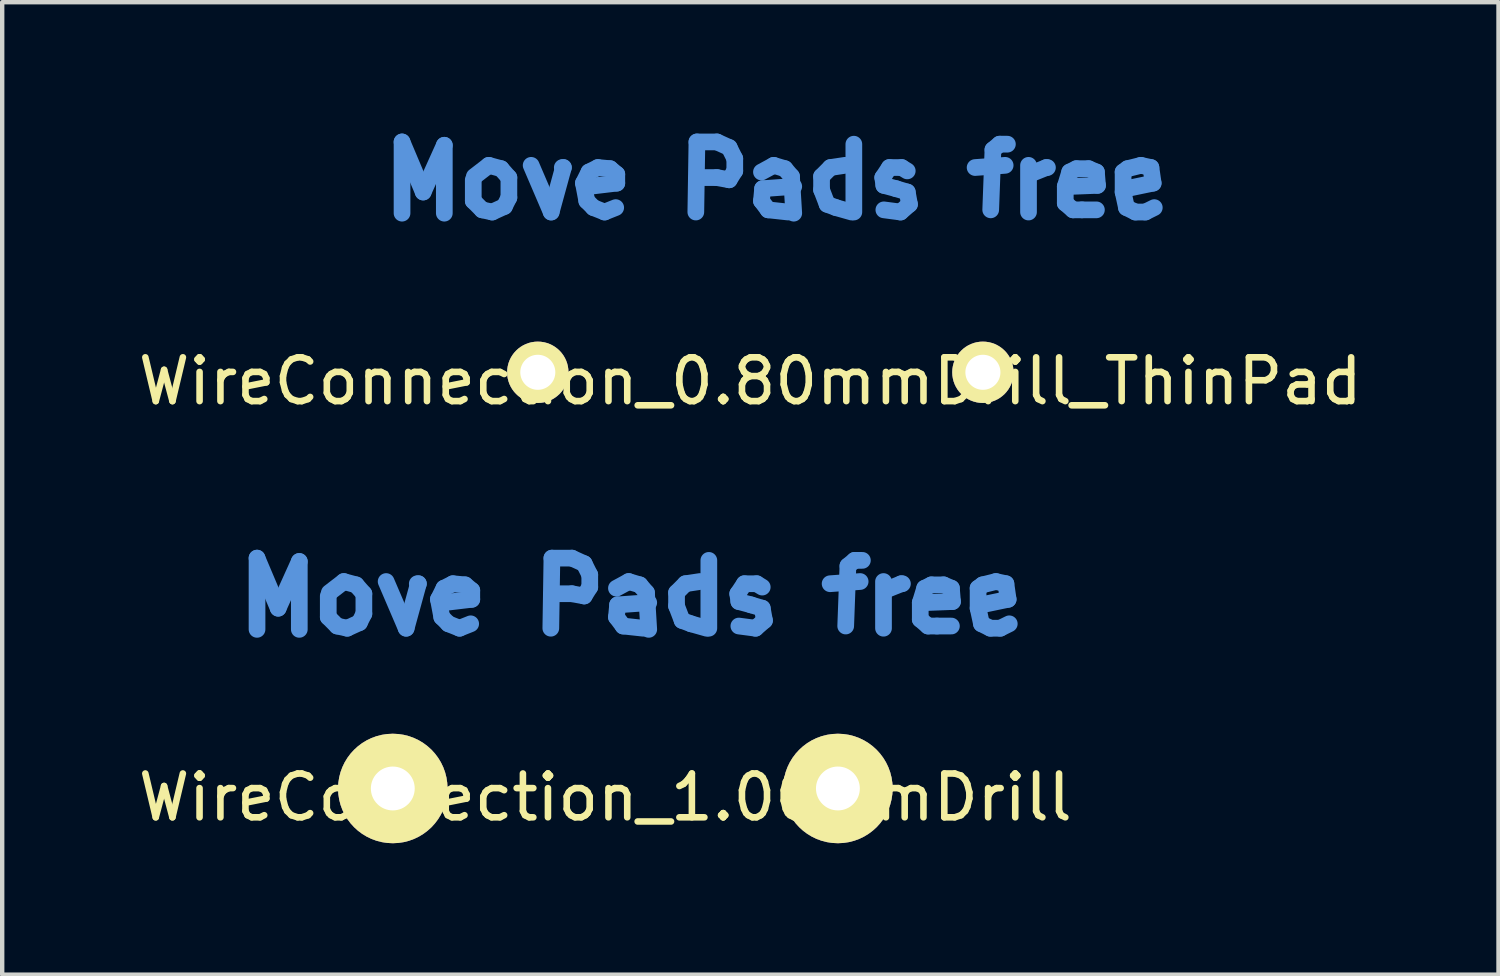
<source format=kicad_pcb>
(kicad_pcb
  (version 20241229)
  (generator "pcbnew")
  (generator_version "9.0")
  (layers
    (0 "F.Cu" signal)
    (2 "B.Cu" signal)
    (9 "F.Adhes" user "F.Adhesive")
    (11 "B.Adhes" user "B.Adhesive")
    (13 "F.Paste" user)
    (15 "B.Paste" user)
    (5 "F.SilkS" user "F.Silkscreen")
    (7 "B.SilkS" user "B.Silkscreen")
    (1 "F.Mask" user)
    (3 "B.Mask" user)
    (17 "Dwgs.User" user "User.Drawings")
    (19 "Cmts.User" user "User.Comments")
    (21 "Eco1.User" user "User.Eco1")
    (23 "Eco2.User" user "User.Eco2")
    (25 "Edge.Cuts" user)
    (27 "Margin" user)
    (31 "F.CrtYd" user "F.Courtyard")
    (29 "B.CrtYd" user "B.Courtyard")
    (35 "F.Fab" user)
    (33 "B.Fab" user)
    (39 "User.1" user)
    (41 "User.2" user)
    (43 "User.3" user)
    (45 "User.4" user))
  (footprint "WireConnection_1.00mmDrill"
    (layer "F.Cu")
    (at 5.916 14.948)
    (property "Reference" "WireConnection_1.00mmDrill" (at 4.851 0.203 0) (layer "F.SilkS") (effects (font (size 1 1) (thickness 0.15))))
    (attr through_hole)
    (fp_line (start -3.099 -5.258) (end -2.616 -4.115) (stroke (width 0.381) (type solid)) (layer "Cmts.User"))
    (fp_line (start -3.099 -3.632) (end -3.099 -5.258) (stroke (width 0.381) (type solid)) (layer "Cmts.User"))
    (fp_line (start -2.616 -4.115) (end -2.134 -5.182) (stroke (width 0.381) (type solid)) (layer "Cmts.User"))
    (fp_line (start -2.134 -5.182) (end -2.134 -3.632) (stroke (width 0.381) (type solid)) (layer "Cmts.User"))
    (fp_line (start -1.473 -4.394) (end -1.473 -3.912) (stroke (width 0.381) (type solid)) (layer "Cmts.User"))
    (fp_line (start -1.473 -3.912) (end -1.27 -3.708) (stroke (width 0.381) (type solid)) (layer "Cmts.User"))
    (fp_line (start -1.27 -3.708) (end -1.041 -3.658) (stroke (width 0.381) (type solid)) (layer "Cmts.User"))
    (fp_line (start -1.118 -4.724) (end -1.448 -4.47) (stroke (width 0.381) (type solid)) (layer "Cmts.User"))
    (fp_line (start -1.041 -3.658) (end -0.762 -3.785) (stroke (width 0.381) (type solid)) (layer "Cmts.User"))
    (fp_line (start -0.838 -4.648) (end -1.118 -4.724) (stroke (width 0.381) (type solid)) (layer "Cmts.User"))
    (fp_line (start -0.762 -3.785) (end -0.66 -3.988) (stroke (width 0.381) (type solid)) (layer "Cmts.User"))
    (fp_line (start -0.66 -4.445) (end -0.838 -4.648) (stroke (width 0.381) (type solid)) (layer "Cmts.User"))
    (fp_line (start -0.66 -3.988) (end -0.66 -4.445) (stroke (width 0.381) (type solid)) (layer "Cmts.User"))
    (fp_line (start -0.152 -4.724) (end 0.305 -3.658) (stroke (width 0.381) (type solid)) (layer "Cmts.User"))
    (fp_line (start 0.305 -3.658) (end 0.584 -4.674) (stroke (width 0.381) (type solid)) (layer "Cmts.User"))
    (fp_line (start 0.584 -4.674) (end 0.559 -4.674) (stroke (width 0.381) (type solid)) (layer "Cmts.User"))
    (fp_line (start 1.041 -4.318) (end 1.168 -4.572) (stroke (width 0.381) (type solid)) (layer "Cmts.User"))
    (fp_line (start 1.118 -3.912) (end 1.041 -4.318) (stroke (width 0.381) (type solid)) (layer "Cmts.User"))
    (fp_line (start 1.168 -4.572) (end 1.372 -4.674) (stroke (width 0.381) (type solid)) (layer "Cmts.User"))
    (fp_line (start 1.27 -3.759) (end 1.118 -3.912) (stroke (width 0.381) (type solid)) (layer "Cmts.User"))
    (fp_line (start 1.372 -4.674) (end 1.651 -4.648) (stroke (width 0.381) (type solid)) (layer "Cmts.User"))
    (fp_line (start 1.524 -3.658) (end 1.27 -3.759) (stroke (width 0.381) (type solid)) (layer "Cmts.User"))
    (fp_line (start 1.651 -4.648) (end 1.803 -4.521) (stroke (width 0.381) (type solid)) (layer "Cmts.User"))
    (fp_line (start 1.778 -3.759) (end 1.524 -3.658) (stroke (width 0.381) (type solid)) (layer "Cmts.User"))
    (fp_line (start 1.803 -4.521) (end 1.803 -4.318) (stroke (width 0.381) (type solid)) (layer "Cmts.User"))
    (fp_line (start 1.803 -4.318) (end 1.168 -4.242) (stroke (width 0.381) (type solid)) (layer "Cmts.User"))
    (fp_line (start 3.607 -3.658) (end 3.632 -5.258) (stroke (width 0.381) (type solid)) (layer "Cmts.User"))
    (fp_line (start 3.632 -5.258) (end 4.089 -5.258) (stroke (width 0.381) (type solid)) (layer "Cmts.User"))
    (fp_line (start 4.089 -5.258) (end 4.369 -5.131) (stroke (width 0.381) (type solid)) (layer "Cmts.User"))
    (fp_line (start 4.089 -4.445) (end 3.632 -4.445) (stroke (width 0.381) (type solid)) (layer "Cmts.User"))
    (fp_line (start 4.369 -5.131) (end 4.496 -4.877) (stroke (width 0.381) (type solid)) (layer "Cmts.User"))
    (fp_line (start 4.369 -4.394) (end 4.089 -4.445) (stroke (width 0.381) (type solid)) (layer "Cmts.User"))
    (fp_line (start 4.496 -4.877) (end 4.496 -4.597) (stroke (width 0.381) (type solid)) (layer "Cmts.User"))
    (fp_line (start 4.496 -4.597) (end 4.369 -4.394) (stroke (width 0.381) (type solid)) (layer "Cmts.User"))
    (fp_line (start 5.105 -4.572) (end 5.385 -4.724) (stroke (width 0.381) (type solid)) (layer "Cmts.User"))
    (fp_line (start 5.105 -3.912) (end 5.131 -4.191) (stroke (width 0.381) (type solid)) (layer "Cmts.User"))
    (fp_line (start 5.131 -4.191) (end 5.842 -4.242) (stroke (width 0.381) (type solid)) (layer "Cmts.User"))
    (fp_line (start 5.258 -3.708) (end 5.105 -3.912) (stroke (width 0.381) (type solid)) (layer "Cmts.User"))
    (fp_line (start 5.385 -4.724) (end 5.639 -4.648) (stroke (width 0.381) (type solid)) (layer "Cmts.User"))
    (fp_line (start 5.639 -4.648) (end 5.791 -4.47) (stroke (width 0.381) (type solid)) (layer "Cmts.User"))
    (fp_line (start 5.715 -3.658) (end 5.258 -3.708) (stroke (width 0.381) (type solid)) (layer "Cmts.User"))
    (fp_line (start 5.791 -4.47) (end 5.842 -3.632) (stroke (width 0.381) (type solid)) (layer "Cmts.User"))
    (fp_line (start 6.477 -4.47) (end 6.68 -4.674) (stroke (width 0.381) (type solid)) (layer "Cmts.User"))
    (fp_line (start 6.477 -4.166) (end 6.477 -4.47) (stroke (width 0.381) (type solid)) (layer "Cmts.User"))
    (fp_line (start 6.604 -3.835) (end 6.477 -4.166) (stroke (width 0.381) (type solid)) (layer "Cmts.User"))
    (fp_line (start 6.68 -4.674) (end 7.01 -4.724) (stroke (width 0.381) (type solid)) (layer "Cmts.User"))
    (fp_line (start 6.807 -3.759) (end 6.604 -3.835) (stroke (width 0.381) (type solid)) (layer "Cmts.User"))
    (fp_line (start 7.163 -3.658) (end 6.807 -3.759) (stroke (width 0.381) (type solid)) (layer "Cmts.User"))
    (fp_line (start 7.214 -5.207) (end 7.214 -3.658) (stroke (width 0.381) (type solid)) (layer "Cmts.User"))
    (fp_line (start 7.874 -4.445) (end 7.899 -4.267) (stroke (width 0.381) (type solid)) (layer "Cmts.User"))
    (fp_line (start 7.899 -4.267) (end 8.179 -4.191) (stroke (width 0.381) (type solid)) (layer "Cmts.User"))
    (fp_line (start 8.026 -4.674) (end 7.874 -4.445) (stroke (width 0.381) (type solid)) (layer "Cmts.User"))
    (fp_line (start 8.179 -4.191) (end 8.433 -4.115) (stroke (width 0.381) (type solid)) (layer "Cmts.User"))
    (fp_line (start 8.28 -3.658) (end 7.899 -3.708) (stroke (width 0.381) (type solid)) (layer "Cmts.User"))
    (fp_line (start 8.306 -4.674) (end 8.026 -4.674) (stroke (width 0.381) (type solid)) (layer "Cmts.User"))
    (fp_line (start 8.433 -4.597) (end 8.306 -4.674) (stroke (width 0.381) (type solid)) (layer "Cmts.User"))
    (fp_line (start 8.433 -4.115) (end 8.484 -3.835) (stroke (width 0.381) (type solid)) (layer "Cmts.User"))
    (fp_line (start 8.484 -3.835) (end 8.28 -3.658) (stroke (width 0.381) (type solid)) (layer "Cmts.User"))
    (fp_line (start 9.982 -4.674) (end 10.668 -4.724) (stroke (width 0.381) (type solid)) (layer "Cmts.User"))
    (fp_line (start 10.389 -5.08) (end 10.338 -3.708) (stroke (width 0.381) (type solid)) (layer "Cmts.User"))
    (fp_line (start 10.541 -5.207) (end 10.389 -5.08) (stroke (width 0.381) (type solid)) (layer "Cmts.User"))
    (fp_line (start 10.719 -5.207) (end 10.541 -5.207) (stroke (width 0.381) (type solid)) (layer "Cmts.User"))
    (fp_line (start 11.201 -4.724) (end 11.201 -3.658) (stroke (width 0.381) (type solid)) (layer "Cmts.User"))
    (fp_line (start 11.227 -4.521) (end 11.608 -4.674) (stroke (width 0.381) (type solid)) (layer "Cmts.User"))
    (fp_line (start 11.608 -4.674) (end 11.633 -4.674) (stroke (width 0.381) (type solid)) (layer "Cmts.User"))
    (fp_line (start 12.04 -4.242) (end 12.141 -4.572) (stroke (width 0.381) (type solid)) (layer "Cmts.User"))
    (fp_line (start 12.04 -3.861) (end 12.04 -4.242) (stroke (width 0.381) (type solid)) (layer "Cmts.User"))
    (fp_line (start 12.141 -4.572) (end 12.294 -4.648) (stroke (width 0.381) (type solid)) (layer "Cmts.User"))
    (fp_line (start 12.217 -3.708) (end 12.04 -3.861) (stroke (width 0.381) (type solid)) (layer "Cmts.User"))
    (fp_line (start 12.294 -4.648) (end 12.573 -4.648) (stroke (width 0.381) (type solid)) (layer "Cmts.User"))
    (fp_line (start 12.421 -3.708) (end 12.217 -3.708) (stroke (width 0.381) (type solid)) (layer "Cmts.User"))
    (fp_line (start 12.573 -4.648) (end 12.751 -4.572) (stroke (width 0.381) (type solid)) (layer "Cmts.User"))
    (fp_line (start 12.751 -4.572) (end 12.776 -4.267) (stroke (width 0.381) (type solid)) (layer "Cmts.User"))
    (fp_line (start 12.751 -3.708) (end 12.421 -3.708) (stroke (width 0.381) (type solid)) (layer "Cmts.User"))
    (fp_line (start 12.776 -4.267) (end 12.141 -4.242) (stroke (width 0.381) (type solid)) (layer "Cmts.User"))
    (fp_line (start 13.36 -4.572) (end 13.462 -4.648) (stroke (width 0.381) (type solid)) (layer "Cmts.User"))
    (fp_line (start 13.36 -4.115) (end 13.36 -4.572) (stroke (width 0.381) (type solid)) (layer "Cmts.User"))
    (fp_line (start 13.437 -4.191) (end 13.437 -4.242) (stroke (width 0.381) (type solid)) (layer "Cmts.User"))
    (fp_line (start 13.437 -3.759) (end 13.36 -4.115) (stroke (width 0.381) (type solid)) (layer "Cmts.User"))
    (fp_line (start 13.462 -4.648) (end 13.767 -4.724) (stroke (width 0.381) (type solid)) (layer "Cmts.User"))
    (fp_line (start 13.64 -3.658) (end 13.437 -3.759) (stroke (width 0.381) (type solid)) (layer "Cmts.User"))
    (fp_line (start 13.767 -4.724) (end 13.995 -4.674) (stroke (width 0.381) (type solid)) (layer "Cmts.User"))
    (fp_line (start 13.868 -3.658) (end 13.64 -3.658) (stroke (width 0.381) (type solid)) (layer "Cmts.User"))
    (fp_line (start 13.995 -4.674) (end 14.046 -4.318) (stroke (width 0.381) (type solid)) (layer "Cmts.User"))
    (fp_line (start 14.046 -4.318) (end 13.437 -4.191) (stroke (width 0.381) (type solid)) (layer "Cmts.User"))
    (fp_line (start 14.072 -3.759) (end 13.868 -3.658) (stroke (width 0.381) (type solid)) (layer "Cmts.User"))
    (pad "1" thru_hole circle (at 0 0) (size 2.499 2.499) (drill 1.001) (layers "*.Cu" "*.Mask" "F.SilkS"))
    (pad "2" thru_hole circle (at 10.16 0) (size 2.499 2.499) (drill 1.001) (layers "*.Cu" "*.Mask" "F.SilkS")))
  (footprint "WireConnection_0.80mmDrill_ThinPad"
    (layer "F.Cu")
    (at 9.226 5.448)
    (property "Reference" "WireConnection_0.80mmDrill_ThinPad" (at 4.851 0.203 0) (layer "F.SilkS") (effects (font (size 1 1) (thickness 0.15))))
    (attr through_hole)
    (fp_line (start -3.099 -5.258) (end -2.616 -4.115) (stroke (width 0.381) (type solid)) (layer "Cmts.User"))
    (fp_line (start -3.099 -3.632) (end -3.099 -5.258) (stroke (width 0.381) (type solid)) (layer "Cmts.User"))
    (fp_line (start -2.616 -4.115) (end -2.134 -5.182) (stroke (width 0.381) (type solid)) (layer "Cmts.User"))
    (fp_line (start -2.134 -5.182) (end -2.134 -3.632) (stroke (width 0.381) (type solid)) (layer "Cmts.User"))
    (fp_line (start -1.473 -4.394) (end -1.473 -3.912) (stroke (width 0.381) (type solid)) (layer "Cmts.User"))
    (fp_line (start -1.473 -3.912) (end -1.27 -3.708) (stroke (width 0.381) (type solid)) (layer "Cmts.User"))
    (fp_line (start -1.27 -3.708) (end -1.041 -3.658) (stroke (width 0.381) (type solid)) (layer "Cmts.User"))
    (fp_line (start -1.118 -4.724) (end -1.448 -4.47) (stroke (width 0.381) (type solid)) (layer "Cmts.User"))
    (fp_line (start -1.041 -3.658) (end -0.762 -3.785) (stroke (width 0.381) (type solid)) (layer "Cmts.User"))
    (fp_line (start -0.838 -4.648) (end -1.118 -4.724) (stroke (width 0.381) (type solid)) (layer "Cmts.User"))
    (fp_line (start -0.762 -3.785) (end -0.66 -3.988) (stroke (width 0.381) (type solid)) (layer "Cmts.User"))
    (fp_line (start -0.66 -4.445) (end -0.838 -4.648) (stroke (width 0.381) (type solid)) (layer "Cmts.User"))
    (fp_line (start -0.66 -3.988) (end -0.66 -4.445) (stroke (width 0.381) (type solid)) (layer "Cmts.User"))
    (fp_line (start -0.152 -4.724) (end 0.305 -3.658) (stroke (width 0.381) (type solid)) (layer "Cmts.User"))
    (fp_line (start 0.305 -3.658) (end 0.584 -4.674) (stroke (width 0.381) (type solid)) (layer "Cmts.User"))
    (fp_line (start 0.584 -4.674) (end 0.559 -4.674) (stroke (width 0.381) (type solid)) (layer "Cmts.User"))
    (fp_line (start 1.041 -4.318) (end 1.168 -4.572) (stroke (width 0.381) (type solid)) (layer "Cmts.User"))
    (fp_line (start 1.118 -3.912) (end 1.041 -4.318) (stroke (width 0.381) (type solid)) (layer "Cmts.User"))
    (fp_line (start 1.168 -4.572) (end 1.372 -4.674) (stroke (width 0.381) (type solid)) (layer "Cmts.User"))
    (fp_line (start 1.27 -3.759) (end 1.118 -3.912) (stroke (width 0.381) (type solid)) (layer "Cmts.User"))
    (fp_line (start 1.372 -4.674) (end 1.651 -4.648) (stroke (width 0.381) (type solid)) (layer "Cmts.User"))
    (fp_line (start 1.524 -3.658) (end 1.27 -3.759) (stroke (width 0.381) (type solid)) (layer "Cmts.User"))
    (fp_line (start 1.651 -4.648) (end 1.803 -4.521) (stroke (width 0.381) (type solid)) (layer "Cmts.User"))
    (fp_line (start 1.778 -3.759) (end 1.524 -3.658) (stroke (width 0.381) (type solid)) (layer "Cmts.User"))
    (fp_line (start 1.803 -4.521) (end 1.803 -4.318) (stroke (width 0.381) (type solid)) (layer "Cmts.User"))
    (fp_line (start 1.803 -4.318) (end 1.168 -4.242) (stroke (width 0.381) (type solid)) (layer "Cmts.User"))
    (fp_line (start 3.607 -3.658) (end 3.632 -5.258) (stroke (width 0.381) (type solid)) (layer "Cmts.User"))
    (fp_line (start 3.632 -5.258) (end 4.089 -5.258) (stroke (width 0.381) (type solid)) (layer "Cmts.User"))
    (fp_line (start 4.089 -5.258) (end 4.369 -5.131) (stroke (width 0.381) (type solid)) (layer "Cmts.User"))
    (fp_line (start 4.089 -4.445) (end 3.632 -4.445) (stroke (width 0.381) (type solid)) (layer "Cmts.User"))
    (fp_line (start 4.369 -5.131) (end 4.496 -4.877) (stroke (width 0.381) (type solid)) (layer "Cmts.User"))
    (fp_line (start 4.369 -4.394) (end 4.089 -4.445) (stroke (width 0.381) (type solid)) (layer "Cmts.User"))
    (fp_line (start 4.496 -4.877) (end 4.496 -4.597) (stroke (width 0.381) (type solid)) (layer "Cmts.User"))
    (fp_line (start 4.496 -4.597) (end 4.369 -4.394) (stroke (width 0.381) (type solid)) (layer "Cmts.User"))
    (fp_line (start 5.105 -4.572) (end 5.385 -4.724) (stroke (width 0.381) (type solid)) (layer "Cmts.User"))
    (fp_line (start 5.105 -3.912) (end 5.131 -4.191) (stroke (width 0.381) (type solid)) (layer "Cmts.User"))
    (fp_line (start 5.131 -4.191) (end 5.842 -4.242) (stroke (width 0.381) (type solid)) (layer "Cmts.User"))
    (fp_line (start 5.258 -3.708) (end 5.105 -3.912) (stroke (width 0.381) (type solid)) (layer "Cmts.User"))
    (fp_line (start 5.385 -4.724) (end 5.639 -4.648) (stroke (width 0.381) (type solid)) (layer "Cmts.User"))
    (fp_line (start 5.639 -4.648) (end 5.791 -4.47) (stroke (width 0.381) (type solid)) (layer "Cmts.User"))
    (fp_line (start 5.715 -3.658) (end 5.258 -3.708) (stroke (width 0.381) (type solid)) (layer "Cmts.User"))
    (fp_line (start 5.791 -4.47) (end 5.842 -3.632) (stroke (width 0.381) (type solid)) (layer "Cmts.User"))
    (fp_line (start 6.477 -4.47) (end 6.68 -4.674) (stroke (width 0.381) (type solid)) (layer "Cmts.User"))
    (fp_line (start 6.477 -4.166) (end 6.477 -4.47) (stroke (width 0.381) (type solid)) (layer "Cmts.User"))
    (fp_line (start 6.604 -3.835) (end 6.477 -4.166) (stroke (width 0.381) (type solid)) (layer "Cmts.User"))
    (fp_line (start 6.68 -4.674) (end 7.01 -4.724) (stroke (width 0.381) (type solid)) (layer "Cmts.User"))
    (fp_line (start 6.807 -3.759) (end 6.604 -3.835) (stroke (width 0.381) (type solid)) (layer "Cmts.User"))
    (fp_line (start 7.163 -3.658) (end 6.807 -3.759) (stroke (width 0.381) (type solid)) (layer "Cmts.User"))
    (fp_line (start 7.214 -5.207) (end 7.214 -3.658) (stroke (width 0.381) (type solid)) (layer "Cmts.User"))
    (fp_line (start 7.874 -4.445) (end 7.899 -4.267) (stroke (width 0.381) (type solid)) (layer "Cmts.User"))
    (fp_line (start 7.899 -4.267) (end 8.179 -4.191) (stroke (width 0.381) (type solid)) (layer "Cmts.User"))
    (fp_line (start 8.026 -4.674) (end 7.874 -4.445) (stroke (width 0.381) (type solid)) (layer "Cmts.User"))
    (fp_line (start 8.179 -4.191) (end 8.433 -4.115) (stroke (width 0.381) (type solid)) (layer "Cmts.User"))
    (fp_line (start 8.28 -3.658) (end 7.899 -3.708) (stroke (width 0.381) (type solid)) (layer "Cmts.User"))
    (fp_line (start 8.306 -4.674) (end 8.026 -4.674) (stroke (width 0.381) (type solid)) (layer "Cmts.User"))
    (fp_line (start 8.433 -4.597) (end 8.306 -4.674) (stroke (width 0.381) (type solid)) (layer "Cmts.User"))
    (fp_line (start 8.433 -4.115) (end 8.484 -3.835) (stroke (width 0.381) (type solid)) (layer "Cmts.User"))
    (fp_line (start 8.484 -3.835) (end 8.28 -3.658) (stroke (width 0.381) (type solid)) (layer "Cmts.User"))
    (fp_line (start 9.982 -4.674) (end 10.668 -4.724) (stroke (width 0.381) (type solid)) (layer "Cmts.User"))
    (fp_line (start 10.389 -5.08) (end 10.338 -3.708) (stroke (width 0.381) (type solid)) (layer "Cmts.User"))
    (fp_line (start 10.541 -5.207) (end 10.389 -5.08) (stroke (width 0.381) (type solid)) (layer "Cmts.User"))
    (fp_line (start 10.719 -5.207) (end 10.541 -5.207) (stroke (width 0.381) (type solid)) (layer "Cmts.User"))
    (fp_line (start 11.201 -4.724) (end 11.201 -3.658) (stroke (width 0.381) (type solid)) (layer "Cmts.User"))
    (fp_line (start 11.227 -4.521) (end 11.608 -4.674) (stroke (width 0.381) (type solid)) (layer "Cmts.User"))
    (fp_line (start 11.608 -4.674) (end 11.633 -4.674) (stroke (width 0.381) (type solid)) (layer "Cmts.User"))
    (fp_line (start 12.04 -4.242) (end 12.141 -4.572) (stroke (width 0.381) (type solid)) (layer "Cmts.User"))
    (fp_line (start 12.04 -3.861) (end 12.04 -4.242) (stroke (width 0.381) (type solid)) (layer "Cmts.User"))
    (fp_line (start 12.141 -4.572) (end 12.294 -4.648) (stroke (width 0.381) (type solid)) (layer "Cmts.User"))
    (fp_line (start 12.217 -3.708) (end 12.04 -3.861) (stroke (width 0.381) (type solid)) (layer "Cmts.User"))
    (fp_line (start 12.294 -4.648) (end 12.573 -4.648) (stroke (width 0.381) (type solid)) (layer "Cmts.User"))
    (fp_line (start 12.421 -3.708) (end 12.217 -3.708) (stroke (width 0.381) (type solid)) (layer "Cmts.User"))
    (fp_line (start 12.573 -4.648) (end 12.751 -4.572) (stroke (width 0.381) (type solid)) (layer "Cmts.User"))
    (fp_line (start 12.751 -4.572) (end 12.776 -4.267) (stroke (width 0.381) (type solid)) (layer "Cmts.User"))
    (fp_line (start 12.751 -3.708) (end 12.421 -3.708) (stroke (width 0.381) (type solid)) (layer "Cmts.User"))
    (fp_line (start 12.776 -4.267) (end 12.141 -4.242) (stroke (width 0.381) (type solid)) (layer "Cmts.User"))
    (fp_line (start 13.36 -4.572) (end 13.462 -4.648) (stroke (width 0.381) (type solid)) (layer "Cmts.User"))
    (fp_line (start 13.36 -4.115) (end 13.36 -4.572) (stroke (width 0.381) (type solid)) (layer "Cmts.User"))
    (fp_line (start 13.437 -4.191) (end 13.437 -4.242) (stroke (width 0.381) (type solid)) (layer "Cmts.User"))
    (fp_line (start 13.437 -3.759) (end 13.36 -4.115) (stroke (width 0.381) (type solid)) (layer "Cmts.User"))
    (fp_line (start 13.462 -4.648) (end 13.767 -4.724) (stroke (width 0.381) (type solid)) (layer "Cmts.User"))
    (fp_line (start 13.64 -3.658) (end 13.437 -3.759) (stroke (width 0.381) (type solid)) (layer "Cmts.User"))
    (fp_line (start 13.767 -4.724) (end 13.995 -4.674) (stroke (width 0.381) (type solid)) (layer "Cmts.User"))
    (fp_line (start 13.868 -3.658) (end 13.64 -3.658) (stroke (width 0.381) (type solid)) (layer "Cmts.User"))
    (fp_line (start 13.995 -4.674) (end 14.046 -4.318) (stroke (width 0.381) (type solid)) (layer "Cmts.User"))
    (fp_line (start 14.046 -4.318) (end 13.437 -4.191) (stroke (width 0.381) (type solid)) (layer "Cmts.User"))
    (fp_line (start 14.072 -3.759) (end 13.868 -3.658) (stroke (width 0.381) (type solid)) (layer "Cmts.User"))
    (pad "1" thru_hole circle (at 0 0) (size 1.4 1.4) (drill 0.8) (layers "*.Cu" "*.Mask" "F.SilkS"))
    (pad "2" thru_hole circle (at 10.16 0) (size 1.4 1.4) (drill 0.8) (layers "*.Cu" "*.Mask" "F.SilkS")))
  (gr_rect
    (start -3 -3)
    (end 31.155 19.198)
    (stroke (width 0.1) (type default))
    (fill no)
    (layer "Edge.Cuts")))
</source>
